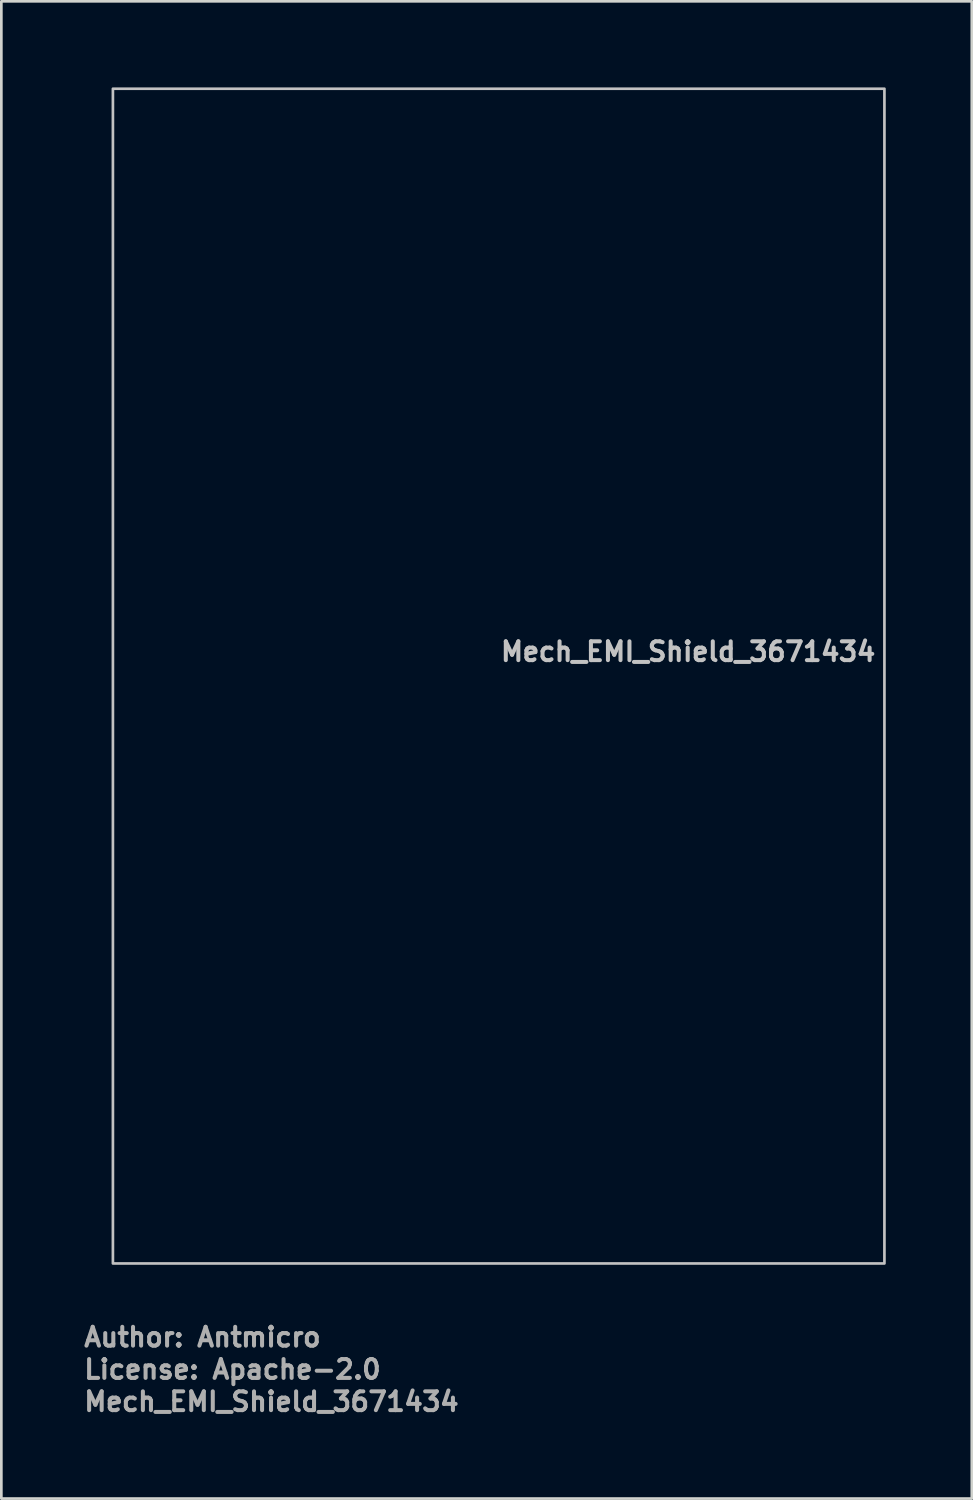
<source format=kicad_pcb>
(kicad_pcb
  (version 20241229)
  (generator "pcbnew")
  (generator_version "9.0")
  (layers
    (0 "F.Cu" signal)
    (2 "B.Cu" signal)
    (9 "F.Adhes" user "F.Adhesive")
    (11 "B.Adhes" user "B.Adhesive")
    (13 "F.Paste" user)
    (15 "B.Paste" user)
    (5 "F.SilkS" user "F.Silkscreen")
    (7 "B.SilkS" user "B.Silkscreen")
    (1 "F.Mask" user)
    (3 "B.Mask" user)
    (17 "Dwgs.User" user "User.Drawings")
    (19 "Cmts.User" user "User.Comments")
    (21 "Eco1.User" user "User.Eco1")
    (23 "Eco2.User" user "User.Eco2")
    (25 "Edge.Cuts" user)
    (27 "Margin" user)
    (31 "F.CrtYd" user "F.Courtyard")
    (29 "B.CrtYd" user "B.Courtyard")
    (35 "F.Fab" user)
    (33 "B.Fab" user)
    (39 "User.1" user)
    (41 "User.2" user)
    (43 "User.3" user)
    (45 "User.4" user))
  (footprint "Mech_EMI_Shield_3671434"
    (layer "F.Cu")
    (at 15.5 22.1)
    (property "Reference" "Mech_EMI_Shield_3671434" (at 0 -0.5 0) (unlocked yes) (layer "Dwgs.User") (effects (font (size 0.7 0.7) (thickness 0.15)) (justify left bottom)))
    (fp_rect (start -14.35 -21.85) (end 14.35 21.85) (stroke (width 0.1) (type solid)) (fill no) (layer "Dwgs.User"))
    (fp_line (start -14.35 -20.2) (end -14.35 20.2) (stroke (width 0.5) (type solid)) (layer "User.5"))
    (fp_line (start -12.7 -21.85) (end 12.7 -21.85) (stroke (width 0.5) (type solid)) (layer "User.5"))
    (fp_line (start 12.7 21.85) (end -12.7 21.85) (stroke (width 0.5) (type solid)) (layer "User.5"))
    (fp_line (start 14.35 -20.2) (end 14.35 20.2) (stroke (width 0.5) (type solid)) (layer "User.5"))
    (fp_arc (start -14.35 -20.2) (mid -13.867 -21.367) (end -12.7 -21.85) (stroke (width 0.5) (type solid)) (layer "User.5"))
    (fp_arc (start -12.7 21.85) (mid -13.867 21.367) (end -14.35 20.2) (stroke (width 0.5) (type solid)) (layer "User.5"))
    (fp_arc (start 12.7 -21.85) (mid 13.867 -21.367) (end 14.35 -20.2) (stroke (width 0.5) (type solid)) (layer "User.5"))
    (fp_arc (start 14.35 20.2) (mid 13.867 21.367) (end 12.7 21.85) (stroke (width 0.5) (type solid)) (layer "User.5"))
    (fp_line (start -14.5 -20.2) (end -14.496 -20.318) (stroke (width 0.02) (type solid)) (layer "User.9"))
    (fp_line (start -14.5 -20.2) (end -14.496 -20.318) (stroke (width 0.02) (type solid)) (layer "User.9"))
    (fp_line (start -14.5 -15.365) (end -14.5 -15.356) (stroke (width 0.02) (type solid)) (layer "User.9"))
    (fp_line (start -14.5 -15.356) (end -14.5 -15.365) (stroke (width 0.02) (type solid)) (layer "User.9"))
    (fp_line (start -14.5 -15.356) (end -14.5 -15.329) (stroke (width 0.02) (type solid)) (layer "User.9"))
    (fp_line (start -14.5 -15.329) (end -14.5 -15.356) (stroke (width 0.02) (type solid)) (layer "User.9"))
    (fp_line (start -14.5 -15.329) (end -14.5 -15.285) (stroke (width 0.02) (type solid)) (layer "User.9"))
    (fp_line (start -14.5 -15.285) (end -14.5 -15.329) (stroke (width 0.02) (type solid)) (layer "User.9"))
    (fp_line (start -14.5 -15.285) (end -14.5 -15.228) (stroke (width 0.02) (type solid)) (layer "User.9"))
    (fp_line (start -14.5 -15.228) (end -14.5 -15.285) (stroke (width 0.02) (type solid)) (layer "User.9"))
    (fp_line (start -14.5 -15.228) (end -14.5 -15.158) (stroke (width 0.02) (type solid)) (layer "User.9"))
    (fp_line (start -14.5 -15.158) (end -14.5 -15.228) (stroke (width 0.02) (type solid)) (layer "User.9"))
    (fp_line (start -14.5 -15.158) (end -14.5 -15.081) (stroke (width 0.02) (type solid)) (layer "User.9"))
    (fp_line (start -14.5 -15.081) (end -14.5 -15.158) (stroke (width 0.02) (type solid)) (layer "User.9"))
    (fp_line (start -14.5 -15.081) (end -14.5 -15) (stroke (width 0.02) (type solid)) (layer "User.9"))
    (fp_line (start -14.5 -15) (end -14.5 -15.081) (stroke (width 0.02) (type solid)) (layer "User.9"))
    (fp_line (start -14.5 -15) (end -14.5 -14.919) (stroke (width 0.02) (type solid)) (layer "User.9"))
    (fp_line (start -14.5 -14.919) (end -14.5 -15) (stroke (width 0.02) (type solid)) (layer "User.9"))
    (fp_line (start -14.5 -14.919) (end -14.5 -14.842) (stroke (width 0.02) (type solid)) (layer "User.9"))
    (fp_line (start -14.5 -14.842) (end -14.5 -14.919) (stroke (width 0.02) (type solid)) (layer "User.9"))
    (fp_line (start -14.5 -14.842) (end -14.5 -14.772) (stroke (width 0.02) (type solid)) (layer "User.9"))
    (fp_line (start -14.5 -14.772) (end -14.5 -14.842) (stroke (width 0.02) (type solid)) (layer "User.9"))
    (fp_line (start -14.5 -14.772) (end -14.5 -14.715) (stroke (width 0.02) (type solid)) (layer "User.9"))
    (fp_line (start -14.5 -14.715) (end -14.5 -14.772) (stroke (width 0.02) (type solid)) (layer "User.9"))
    (fp_line (start -14.5 -14.715) (end -14.5 -14.671) (stroke (width 0.02) (type solid)) (layer "User.9"))
    (fp_line (start -14.5 -14.671) (end -14.5 -14.715) (stroke (width 0.02) (type solid)) (layer "User.9"))
    (fp_line (start -14.5 -14.671) (end -14.5 -14.644) (stroke (width 0.02) (type solid)) (layer "User.9"))
    (fp_line (start -14.5 -14.644) (end -14.5 -14.671) (stroke (width 0.02) (type solid)) (layer "User.9"))
    (fp_line (start -14.5 -14.644) (end -14.5 -14.635) (stroke (width 0.02) (type solid)) (layer "User.9"))
    (fp_line (start -14.5 -14.635) (end -14.5 -14.644) (stroke (width 0.02) (type solid)) (layer "User.9"))
    (fp_line (start -14.5 20.2) (end -14.5 -20.2) (stroke (width 0.02) (type solid)) (layer "User.9"))
    (fp_line (start -14.5 20.2) (end -14.496 20.318) (stroke (width 0.02) (type solid)) (layer "User.9"))
    (fp_line (start -14.5 20.2) (end -14.496 20.318) (stroke (width 0.02) (type solid)) (layer "User.9"))
    (fp_line (start -14.496 -20.318) (end -14.485 -20.435) (stroke (width 0.02) (type solid)) (layer "User.9"))
    (fp_line (start -14.496 -20.318) (end -14.485 -20.435) (stroke (width 0.02) (type solid)) (layer "User.9"))
    (fp_line (start -14.496 20.318) (end -14.485 20.435) (stroke (width 0.02) (type solid)) (layer "User.9"))
    (fp_line (start -14.496 20.318) (end -14.485 20.435) (stroke (width 0.02) (type solid)) (layer "User.9"))
    (fp_line (start -14.495 -20.2) (end -14.5 -20.2) (stroke (width 0.02) (type solid)) (layer "User.9"))
    (fp_line (start -14.495 20.2) (end -14.5 20.2) (stroke (width 0.02) (type solid)) (layer "User.9"))
    (fp_line (start -14.485 -20.435) (end -14.465 -20.551) (stroke (width 0.02) (type solid)) (layer "User.9"))
    (fp_line (start -14.485 -20.435) (end -14.465 -20.551) (stroke (width 0.02) (type solid)) (layer "User.9"))
    (fp_line (start -14.485 20.435) (end -14.465 20.551) (stroke (width 0.02) (type solid)) (layer "User.9"))
    (fp_line (start -14.485 20.435) (end -14.465 20.551) (stroke (width 0.02) (type solid)) (layer "User.9"))
    (fp_line (start -14.48 -20.2) (end -14.495 -20.2) (stroke (width 0.02) (type solid)) (layer "User.9"))
    (fp_line (start -14.48 20.2) (end -14.495 20.2) (stroke (width 0.02) (type solid)) (layer "User.9"))
    (fp_line (start -14.465 -20.551) (end -14.439 -20.666) (stroke (width 0.02) (type solid)) (layer "User.9"))
    (fp_line (start -14.465 -20.551) (end -14.439 -20.666) (stroke (width 0.02) (type solid)) (layer "User.9"))
    (fp_line (start -14.465 20.551) (end -14.439 20.666) (stroke (width 0.02) (type solid)) (layer "User.9"))
    (fp_line (start -14.465 20.551) (end -14.439 20.666) (stroke (width 0.02) (type solid)) (layer "User.9"))
    (fp_line (start -14.455 -20.2) (end -14.48 -20.2) (stroke (width 0.02) (type solid)) (layer "User.9"))
    (fp_line (start -14.455 20.2) (end -14.48 20.2) (stroke (width 0.02) (type solid)) (layer "User.9"))
    (fp_line (start -14.439 -20.666) (end -14.404 -20.779) (stroke (width 0.02) (type solid)) (layer "User.9"))
    (fp_line (start -14.439 -20.666) (end -14.404 -20.779) (stroke (width 0.02) (type solid)) (layer "User.9"))
    (fp_line (start -14.439 20.666) (end -14.404 20.779) (stroke (width 0.02) (type solid)) (layer "User.9"))
    (fp_line (start -14.439 20.666) (end -14.404 20.779) (stroke (width 0.02) (type solid)) (layer "User.9"))
    (fp_line (start -14.421 -20.2) (end -14.455 -20.2) (stroke (width 0.02) (type solid)) (layer "User.9"))
    (fp_line (start -14.421 20.2) (end -14.455 20.2) (stroke (width 0.02) (type solid)) (layer "User.9"))
    (fp_line (start -14.404 -20.779) (end -14.363 -20.889) (stroke (width 0.02) (type solid)) (layer "User.9"))
    (fp_line (start -14.404 -20.779) (end -14.363 -20.889) (stroke (width 0.02) (type solid)) (layer "User.9"))
    (fp_line (start -14.404 20.779) (end -14.363 20.889) (stroke (width 0.02) (type solid)) (layer "User.9"))
    (fp_line (start -14.404 20.779) (end -14.363 20.889) (stroke (width 0.02) (type solid)) (layer "User.9"))
    (fp_line (start -14.377 -20.2) (end -14.421 -20.2) (stroke (width 0.02) (type solid)) (layer "User.9"))
    (fp_line (start -14.377 20.2) (end -14.421 20.2) (stroke (width 0.02) (type solid)) (layer "User.9"))
    (fp_line (start -14.363 -20.889) (end -14.314 -20.996) (stroke (width 0.02) (type solid)) (layer "User.9"))
    (fp_line (start -14.363 -20.889) (end -14.314 -20.996) (stroke (width 0.02) (type solid)) (layer "User.9"))
    (fp_line (start -14.363 20.889) (end -14.314 20.996) (stroke (width 0.02) (type solid)) (layer "User.9"))
    (fp_line (start -14.363 20.889) (end -14.314 20.996) (stroke (width 0.02) (type solid)) (layer "User.9"))
    (fp_line (start -14.325 -20.2) (end -14.377 -20.2) (stroke (width 0.02) (type solid)) (layer "User.9"))
    (fp_line (start -14.325 20.2) (end -14.377 20.2) (stroke (width 0.02) (type solid)) (layer "User.9"))
    (fp_line (start -14.314 -20.996) (end -14.259 -21.1) (stroke (width 0.02) (type solid)) (layer "User.9"))
    (fp_line (start -14.314 -20.996) (end -14.259 -21.1) (stroke (width 0.02) (type solid)) (layer "User.9"))
    (fp_line (start -14.314 20.996) (end -14.259 21.1) (stroke (width 0.02) (type solid)) (layer "User.9"))
    (fp_line (start -14.314 20.996) (end -14.259 21.1) (stroke (width 0.02) (type solid)) (layer "User.9"))
    (fp_line (start -14.266 -20.2) (end -14.325 -20.2) (stroke (width 0.02) (type solid)) (layer "User.9"))
    (fp_line (start -14.266 20.2) (end -14.325 20.2) (stroke (width 0.02) (type solid)) (layer "User.9"))
    (fp_line (start -14.259 -21.1) (end -14.197 -21.2) (stroke (width 0.02) (type solid)) (layer "User.9"))
    (fp_line (start -14.259 -21.1) (end -14.197 -21.2) (stroke (width 0.02) (type solid)) (layer "User.9"))
    (fp_line (start -14.259 21.1) (end -14.197 21.2) (stroke (width 0.02) (type solid)) (layer "User.9"))
    (fp_line (start -14.259 21.1) (end -14.197 21.2) (stroke (width 0.02) (type solid)) (layer "User.9"))
    (fp_line (start -14.199 -20.2) (end -14.266 -20.2) (stroke (width 0.02) (type solid)) (layer "User.9"))
    (fp_line (start -14.199 20.2) (end -14.266 20.2) (stroke (width 0.02) (type solid)) (layer "User.9"))
    (fp_line (start -14.197 -21.2) (end -14.128 -21.296) (stroke (width 0.02) (type solid)) (layer "User.9"))
    (fp_line (start -14.197 -21.2) (end -14.128 -21.296) (stroke (width 0.02) (type solid)) (layer "User.9"))
    (fp_line (start -14.197 21.2) (end -14.128 21.296) (stroke (width 0.02) (type solid)) (layer "User.9"))
    (fp_line (start -14.197 21.2) (end -14.128 21.296) (stroke (width 0.02) (type solid)) (layer "User.9"))
    (fp_line (start -14.128 -21.296) (end -14.053 -21.387) (stroke (width 0.02) (type solid)) (layer "User.9"))
    (fp_line (start -14.128 -21.296) (end -14.053 -21.387) (stroke (width 0.02) (type solid)) (layer "User.9"))
    (fp_line (start -14.128 21.296) (end -14.053 21.387) (stroke (width 0.02) (type solid)) (layer "User.9"))
    (fp_line (start -14.128 21.296) (end -14.053 21.387) (stroke (width 0.02) (type solid)) (layer "User.9"))
    (fp_line (start -14.126 -20.2) (end -14.199 -20.2) (stroke (width 0.02) (type solid)) (layer "User.9"))
    (fp_line (start -14.126 20.2) (end -14.199 20.2) (stroke (width 0.02) (type solid)) (layer "User.9"))
    (fp_line (start -14.053 -21.387) (end -13.973 -21.473) (stroke (width 0.02) (type solid)) (layer "User.9"))
    (fp_line (start -14.053 -21.387) (end -13.973 -21.473) (stroke (width 0.02) (type solid)) (layer "User.9"))
    (fp_line (start -14.053 21.387) (end -13.973 21.473) (stroke (width 0.02) (type solid)) (layer "User.9"))
    (fp_line (start -14.053 21.387) (end -13.973 21.473) (stroke (width 0.02) (type solid)) (layer "User.9"))
    (fp_line (start -14.047 -20.2) (end -14.126 -20.2) (stroke (width 0.02) (type solid)) (layer "User.9"))
    (fp_line (start -14.047 20.2) (end -14.126 20.2) (stroke (width 0.02) (type solid)) (layer "User.9"))
    (fp_line (start -13.973 -21.473) (end -13.887 -21.553) (stroke (width 0.02) (type solid)) (layer "User.9"))
    (fp_line (start -13.973 -21.473) (end -13.887 -21.553) (stroke (width 0.02) (type solid)) (layer "User.9"))
    (fp_line (start -13.973 21.473) (end -13.887 21.553) (stroke (width 0.02) (type solid)) (layer "User.9"))
    (fp_line (start -13.973 21.473) (end -13.887 21.553) (stroke (width 0.02) (type solid)) (layer "User.9"))
    (fp_line (start -13.964 -20.2) (end -14.047 -20.2) (stroke (width 0.02) (type solid)) (layer "User.9"))
    (fp_line (start -13.964 20.2) (end -14.047 20.2) (stroke (width 0.02) (type solid)) (layer "User.9"))
    (fp_line (start -13.887 -21.553) (end -13.796 -21.628) (stroke (width 0.02) (type solid)) (layer "User.9"))
    (fp_line (start -13.887 -21.553) (end -13.796 -21.628) (stroke (width 0.02) (type solid)) (layer "User.9"))
    (fp_line (start -13.887 21.553) (end -13.796 21.628) (stroke (width 0.02) (type solid)) (layer "User.9"))
    (fp_line (start -13.887 21.553) (end -13.796 21.628) (stroke (width 0.02) (type solid)) (layer "User.9"))
    (fp_line (start -13.878 -20.2) (end -13.964 -20.2) (stroke (width 0.02) (type solid)) (layer "User.9"))
    (fp_line (start -13.878 20.2) (end -13.964 20.2) (stroke (width 0.02) (type solid)) (layer "User.9"))
    (fp_line (start -13.796 -21.628) (end -13.7 -21.697) (stroke (width 0.02) (type solid)) (layer "User.9"))
    (fp_line (start -13.796 -21.628) (end -13.7 -21.697) (stroke (width 0.02) (type solid)) (layer "User.9"))
    (fp_line (start -13.796 21.628) (end -13.7 21.697) (stroke (width 0.02) (type solid)) (layer "User.9"))
    (fp_line (start -13.796 21.628) (end -13.7 21.697) (stroke (width 0.02) (type solid)) (layer "User.9"))
    (fp_line (start -13.79 -20.2) (end -13.878 -20.2) (stroke (width 0.02) (type solid)) (layer "User.9"))
    (fp_line (start -13.79 20.2) (end -13.878 20.2) (stroke (width 0.02) (type solid)) (layer "User.9"))
    (fp_line (start -13.7 -21.697) (end -13.6 -21.759) (stroke (width 0.02) (type solid)) (layer "User.9"))
    (fp_line (start -13.7 -21.697) (end -13.6 -21.759) (stroke (width 0.02) (type solid)) (layer "User.9"))
    (fp_line (start -13.7 -20.2) (end -13.79 -20.2) (stroke (width 0.02) (type solid)) (layer "User.9"))
    (fp_line (start -13.7 -20.2) (end -13.696 -20.287) (stroke (width 0.02) (type solid)) (layer "User.9"))
    (fp_line (start -13.7 20.2) (end -13.79 20.2) (stroke (width 0.02) (type solid)) (layer "User.9"))
    (fp_line (start -13.7 20.2) (end -13.7 -20.2) (stroke (width 0.02) (type solid)) (layer "User.9"))
    (fp_line (start -13.7 20.2) (end -13.696 20.287) (stroke (width 0.02) (type solid)) (layer "User.9"))
    (fp_line (start -13.7 21.697) (end -13.6 21.759) (stroke (width 0.02) (type solid)) (layer "User.9"))
    (fp_line (start -13.7 21.697) (end -13.6 21.759) (stroke (width 0.02) (type solid)) (layer "User.9"))
    (fp_line (start -13.696 -20.287) (end -13.685 -20.374) (stroke (width 0.02) (type solid)) (layer "User.9"))
    (fp_line (start -13.696 20.287) (end -13.685 20.374) (stroke (width 0.02) (type solid)) (layer "User.9"))
    (fp_line (start -13.685 -20.374) (end -13.666 -20.459) (stroke (width 0.02) (type solid)) (layer "User.9"))
    (fp_line (start -13.685 20.374) (end -13.666 20.459) (stroke (width 0.02) (type solid)) (layer "User.9"))
    (fp_line (start -13.666 -20.459) (end -13.64 -20.542) (stroke (width 0.02) (type solid)) (layer "User.9"))
    (fp_line (start -13.666 20.459) (end -13.64 20.542) (stroke (width 0.02) (type solid)) (layer "User.9"))
    (fp_line (start -13.64 -20.542) (end -13.606 -20.623) (stroke (width 0.02) (type solid)) (layer "User.9"))
    (fp_line (start -13.64 20.542) (end -13.606 20.623) (stroke (width 0.02) (type solid)) (layer "User.9"))
    (fp_line (start -13.606 -20.623) (end -13.566 -20.7) (stroke (width 0.02) (type solid)) (layer "User.9"))
    (fp_line (start -13.606 20.623) (end -13.566 20.7) (stroke (width 0.02) (type solid)) (layer "User.9"))
    (fp_line (start -13.6 -21.759) (end -13.496 -21.814) (stroke (width 0.02) (type solid)) (layer "User.9"))
    (fp_line (start -13.6 -21.759) (end -13.496 -21.814) (stroke (width 0.02) (type solid)) (layer "User.9"))
    (fp_line (start -13.6 21.759) (end -13.496 21.814) (stroke (width 0.02) (type solid)) (layer "User.9"))
    (fp_line (start -13.6 21.759) (end -13.496 21.814) (stroke (width 0.02) (type solid)) (layer "User.9"))
    (fp_line (start -13.566 -20.7) (end -13.519 -20.774) (stroke (width 0.02) (type solid)) (layer "User.9"))
    (fp_line (start -13.566 20.7) (end -13.519 20.774) (stroke (width 0.02) (type solid)) (layer "User.9"))
    (fp_line (start -13.519 -20.774) (end -13.466 -20.843) (stroke (width 0.02) (type solid)) (layer "User.9"))
    (fp_line (start -13.519 20.774) (end -13.466 20.843) (stroke (width 0.02) (type solid)) (layer "User.9"))
    (fp_line (start -13.496 -21.814) (end -13.389 -21.863) (stroke (width 0.02) (type solid)) (layer "User.9"))
    (fp_line (start -13.496 -21.814) (end -13.389 -21.863) (stroke (width 0.02) (type solid)) (layer "User.9"))
    (fp_line (start -13.496 21.814) (end -13.389 21.863) (stroke (width 0.02) (type solid)) (layer "User.9"))
    (fp_line (start -13.496 21.814) (end -13.389 21.863) (stroke (width 0.02) (type solid)) (layer "User.9"))
    (fp_line (start -13.466 -20.843) (end -13.407 -20.907) (stroke (width 0.02) (type solid)) (layer "User.9"))
    (fp_line (start -13.466 20.843) (end -13.407 20.907) (stroke (width 0.02) (type solid)) (layer "User.9"))
    (fp_line (start -13.407 -20.907) (end -13.343 -20.966) (stroke (width 0.02) (type solid)) (layer "User.9"))
    (fp_line (start -13.407 20.907) (end -13.343 20.966) (stroke (width 0.02) (type solid)) (layer "User.9"))
    (fp_line (start -13.389 -21.863) (end -13.279 -21.904) (stroke (width 0.02) (type solid)) (layer "User.9"))
    (fp_line (start -13.389 -21.863) (end -13.279 -21.904) (stroke (width 0.02) (type solid)) (layer "User.9"))
    (fp_line (start -13.389 21.863) (end -13.279 21.904) (stroke (width 0.02) (type solid)) (layer "User.9"))
    (fp_line (start -13.389 21.863) (end -13.279 21.904) (stroke (width 0.02) (type solid)) (layer "User.9"))
    (fp_line (start -13.343 -20.966) (end -13.274 -21.019) (stroke (width 0.02) (type solid)) (layer "User.9"))
    (fp_line (start -13.343 20.966) (end -13.274 21.019) (stroke (width 0.02) (type solid)) (layer "User.9"))
    (fp_line (start -13.279 -21.904) (end -13.166 -21.939) (stroke (width 0.02) (type solid)) (layer "User.9"))
    (fp_line (start -13.279 -21.904) (end -13.166 -21.939) (stroke (width 0.02) (type solid)) (layer "User.9"))
    (fp_line (start -13.279 21.904) (end -13.166 21.939) (stroke (width 0.02) (type solid)) (layer "User.9"))
    (fp_line (start -13.279 21.904) (end -13.166 21.939) (stroke (width 0.02) (type solid)) (layer "User.9"))
    (fp_line (start -13.274 -21.019) (end -13.2 -21.066) (stroke (width 0.02) (type solid)) (layer "User.9"))
    (fp_line (start -13.274 21.019) (end -13.2 21.066) (stroke (width 0.02) (type solid)) (layer "User.9"))
    (fp_line (start -13.2 -21.066) (end -13.123 -21.106) (stroke (width 0.02) (type solid)) (layer "User.9"))
    (fp_line (start -13.2 21.066) (end -13.123 21.106) (stroke (width 0.02) (type solid)) (layer "User.9"))
    (fp_line (start -13.166 -21.939) (end -13.051 -21.965) (stroke (width 0.02) (type solid)) (layer "User.9"))
    (fp_line (start -13.166 -21.939) (end -13.051 -21.965) (stroke (width 0.02) (type solid)) (layer "User.9"))
    (fp_line (start -13.166 21.939) (end -13.051 21.965) (stroke (width 0.02) (type solid)) (layer "User.9"))
    (fp_line (start -13.166 21.939) (end -13.051 21.965) (stroke (width 0.02) (type solid)) (layer "User.9"))
    (fp_line (start -13.123 -21.106) (end -13.042 -21.14) (stroke (width 0.02) (type solid)) (layer "User.9"))
    (fp_line (start -13.123 21.106) (end -13.042 21.14) (stroke (width 0.02) (type solid)) (layer "User.9"))
    (fp_line (start -13.051 -21.965) (end -12.935 -21.985) (stroke (width 0.02) (type solid)) (layer "User.9"))
    (fp_line (start -13.051 -21.965) (end -12.935 -21.985) (stroke (width 0.02) (type solid)) (layer "User.9"))
    (fp_line (start -13.051 21.965) (end -12.935 21.985) (stroke (width 0.02) (type solid)) (layer "User.9"))
    (fp_line (start -13.051 21.965) (end -12.935 21.985) (stroke (width 0.02) (type solid)) (layer "User.9"))
    (fp_line (start -13.042 -21.14) (end -12.959 -21.166) (stroke (width 0.02) (type solid)) (layer "User.9"))
    (fp_line (start -13.042 21.14) (end -12.959 21.166) (stroke (width 0.02) (type solid)) (layer "User.9"))
    (fp_line (start -12.959 -21.166) (end -12.874 -21.185) (stroke (width 0.02) (type solid)) (layer "User.9"))
    (fp_line (start -12.959 21.166) (end -12.874 21.185) (stroke (width 0.02) (type solid)) (layer "User.9"))
    (fp_line (start -12.935 -21.985) (end -12.818 -21.996) (stroke (width 0.02) (type solid)) (layer "User.9"))
    (fp_line (start -12.935 -21.985) (end -12.818 -21.996) (stroke (width 0.02) (type solid)) (layer "User.9"))
    (fp_line (start -12.935 21.985) (end -12.818 21.996) (stroke (width 0.02) (type solid)) (layer "User.9"))
    (fp_line (start -12.935 21.985) (end -12.818 21.996) (stroke (width 0.02) (type solid)) (layer "User.9"))
    (fp_line (start -12.874 -21.185) (end -12.787 -21.196) (stroke (width 0.02) (type solid)) (layer "User.9"))
    (fp_line (start -12.874 21.185) (end -12.787 21.196) (stroke (width 0.02) (type solid)) (layer "User.9"))
    (fp_line (start -12.818 -21.996) (end -12.7 -22) (stroke (width 0.02) (type solid)) (layer "User.9"))
    (fp_line (start -12.818 -21.996) (end -12.7 -22) (stroke (width 0.02) (type solid)) (layer "User.9"))
    (fp_line (start -12.818 21.996) (end -12.7 22) (stroke (width 0.02) (type solid)) (layer "User.9"))
    (fp_line (start -12.818 21.996) (end -12.7 22) (stroke (width 0.02) (type solid)) (layer "User.9"))
    (fp_line (start -12.787 -21.196) (end -12.7 -21.2) (stroke (width 0.02) (type solid)) (layer "User.9"))
    (fp_line (start -12.787 21.196) (end -12.7 21.2) (stroke (width 0.02) (type solid)) (layer "User.9"))
    (fp_line (start -12.7 -21.995) (end -12.7 -22) (stroke (width 0.02) (type solid)) (layer "User.9"))
    (fp_line (start -12.7 -21.98) (end -12.7 -21.995) (stroke (width 0.02) (type solid)) (layer "User.9"))
    (fp_line (start -12.7 -21.955) (end -12.7 -21.98) (stroke (width 0.02) (type solid)) (layer "User.9"))
    (fp_line (start -12.7 -21.921) (end -12.7 -21.955) (stroke (width 0.02) (type solid)) (layer "User.9"))
    (fp_line (start -12.7 -21.877) (end -12.7 -21.921) (stroke (width 0.02) (type solid)) (layer "User.9"))
    (fp_line (start -12.7 -21.825) (end -12.7 -21.877) (stroke (width 0.02) (type solid)) (layer "User.9"))
    (fp_line (start -12.7 -21.766) (end -12.7 -21.825) (stroke (width 0.02) (type solid)) (layer "User.9"))
    (fp_line (start -12.7 -21.699) (end -12.7 -21.766) (stroke (width 0.02) (type solid)) (layer "User.9"))
    (fp_line (start -12.7 -21.626) (end -12.7 -21.699) (stroke (width 0.02) (type solid)) (layer "User.9"))
    (fp_line (start -12.7 -21.547) (end -12.7 -21.626) (stroke (width 0.02) (type solid)) (layer "User.9"))
    (fp_line (start -12.7 -21.464) (end -12.7 -21.547) (stroke (width 0.02) (type solid)) (layer "User.9"))
    (fp_line (start -12.7 -21.378) (end -12.7 -21.464) (stroke (width 0.02) (type solid)) (layer "User.9"))
    (fp_line (start -12.7 -21.29) (end -12.7 -21.378) (stroke (width 0.02) (type solid)) (layer "User.9"))
    (fp_line (start -12.7 -21.2) (end -12.7 -21.29) (stroke (width 0.02) (type solid)) (layer "User.9"))
    (fp_line (start -12.7 21.2) (end -12.7 21.29) (stroke (width 0.02) (type solid)) (layer "User.9"))
    (fp_line (start -12.7 21.29) (end -12.7 21.378) (stroke (width 0.02) (type solid)) (layer "User.9"))
    (fp_line (start -12.7 21.378) (end -12.7 21.464) (stroke (width 0.02) (type solid)) (layer "User.9"))
    (fp_line (start -12.7 21.464) (end -12.7 21.547) (stroke (width 0.02) (type solid)) (layer "User.9"))
    (fp_line (start -12.7 21.547) (end -12.7 21.626) (stroke (width 0.02) (type solid)) (layer "User.9"))
    (fp_line (start -12.7 21.626) (end -12.7 21.699) (stroke (width 0.02) (type solid)) (layer "User.9"))
    (fp_line (start -12.7 21.699) (end -12.7 21.766) (stroke (width 0.02) (type solid)) (layer "User.9"))
    (fp_line (start -12.7 21.766) (end -12.7 21.825) (stroke (width 0.02) (type solid)) (layer "User.9"))
    (fp_line (start -12.7 21.825) (end -12.7 21.877) (stroke (width 0.02) (type solid)) (layer "User.9"))
    (fp_line (start -12.7 21.877) (end -12.7 21.921) (stroke (width 0.02) (type solid)) (layer "User.9"))
    (fp_line (start -12.7 21.921) (end -12.7 21.955) (stroke (width 0.02) (type solid)) (layer "User.9"))
    (fp_line (start -12.7 21.955) (end -12.7 21.98) (stroke (width 0.02) (type solid)) (layer "User.9"))
    (fp_line (start -12.7 21.98) (end -12.7 21.995) (stroke (width 0.02) (type solid)) (layer "User.9"))
    (fp_line (start -12.7 21.995) (end -12.7 22) (stroke (width 0.02) (type solid)) (layer "User.9"))
    (fp_line (start 12.7 -22) (end -12.7 -22) (stroke (width 0.02) (type solid)) (layer "User.9"))
    (fp_line (start 12.7 -21.995) (end 12.7 -22) (stroke (width 0.02) (type solid)) (layer "User.9"))
    (fp_line (start 12.7 -21.98) (end 12.7 -21.995) (stroke (width 0.02) (type solid)) (layer "User.9"))
    (fp_line (start 12.7 -21.955) (end 12.7 -21.98) (stroke (width 0.02) (type solid)) (layer "User.9"))
    (fp_line (start 12.7 -21.921) (end 12.7 -21.955) (stroke (width 0.02) (type solid)) (layer "User.9"))
    (fp_line (start 12.7 -21.877) (end 12.7 -21.921) (stroke (width 0.02) (type solid)) (layer "User.9"))
    (fp_line (start 12.7 -21.825) (end 12.7 -21.877) (stroke (width 0.02) (type solid)) (layer "User.9"))
    (fp_line (start 12.7 -21.766) (end 12.7 -21.825) (stroke (width 0.02) (type solid)) (layer "User.9"))
    (fp_line (start 12.7 -21.699) (end 12.7 -21.766) (stroke (width 0.02) (type solid)) (layer "User.9"))
    (fp_line (start 12.7 -21.626) (end 12.7 -21.699) (stroke (width 0.02) (type solid)) (layer "User.9"))
    (fp_line (start 12.7 -21.547) (end 12.7 -21.626) (stroke (width 0.02) (type solid)) (layer "User.9"))
    (fp_line (start 12.7 -21.464) (end 12.7 -21.547) (stroke (width 0.02) (type solid)) (layer "User.9"))
    (fp_line (start 12.7 -21.378) (end 12.7 -21.464) (stroke (width 0.02) (type solid)) (layer "User.9"))
    (fp_line (start 12.7 -21.29) (end 12.7 -21.378) (stroke (width 0.02) (type solid)) (layer "User.9"))
    (fp_line (start 12.7 -21.2) (end -12.7 -21.2) (stroke (width 0.02) (type solid)) (layer "User.9"))
    (fp_line (start 12.7 -21.2) (end 12.7 -21.29) (stroke (width 0.02) (type solid)) (layer "User.9"))
    (fp_line (start 12.7 21.2) (end -12.7 21.2) (stroke (width 0.02) (type solid)) (layer "User.9"))
    (fp_line (start 12.7 21.2) (end 12.7 21.29) (stroke (width 0.02) (type solid)) (layer "User.9"))
    (fp_line (start 12.7 21.29) (end 12.7 21.378) (stroke (width 0.02) (type solid)) (layer "User.9"))
    (fp_line (start 12.7 21.378) (end 12.7 21.464) (stroke (width 0.02) (type solid)) (layer "User.9"))
    (fp_line (start 12.7 21.464) (end 12.7 21.547) (stroke (width 0.02) (type solid)) (layer "User.9"))
    (fp_line (start 12.7 21.547) (end 12.7 21.626) (stroke (width 0.02) (type solid)) (layer "User.9"))
    (fp_line (start 12.7 21.626) (end 12.7 21.699) (stroke (width 0.02) (type solid)) (layer "User.9"))
    (fp_line (start 12.7 21.699) (end 12.7 21.766) (stroke (width 0.02) (type solid)) (layer "User.9"))
    (fp_line (start 12.7 21.766) (end 12.7 21.825) (stroke (width 0.02) (type solid)) (layer "User.9"))
    (fp_line (start 12.7 21.825) (end 12.7 21.877) (stroke (width 0.02) (type solid)) (layer "User.9"))
    (fp_line (start 12.7 21.877) (end 12.7 21.921) (stroke (width 0.02) (type solid)) (layer "User.9"))
    (fp_line (start 12.7 21.921) (end 12.7 21.955) (stroke (width 0.02) (type solid)) (layer "User.9"))
    (fp_line (start 12.7 21.955) (end 12.7 21.98) (stroke (width 0.02) (type solid)) (layer "User.9"))
    (fp_line (start 12.7 21.98) (end 12.7 21.995) (stroke (width 0.02) (type solid)) (layer "User.9"))
    (fp_line (start 12.7 21.995) (end 12.7 22) (stroke (width 0.02) (type solid)) (layer "User.9"))
    (fp_line (start 12.7 22) (end -12.7 22) (stroke (width 0.02) (type solid)) (layer "User.9"))
    (fp_line (start 12.787 -21.196) (end 12.7 -21.2) (stroke (width 0.02) (type solid)) (layer "User.9"))
    (fp_line (start 12.787 21.196) (end 12.7 21.2) (stroke (width 0.02) (type solid)) (layer "User.9"))
    (fp_line (start 12.818 -21.996) (end 12.7 -22) (stroke (width 0.02) (type solid)) (layer "User.9"))
    (fp_line (start 12.818 -21.996) (end 12.7 -22) (stroke (width 0.02) (type solid)) (layer "User.9"))
    (fp_line (start 12.818 21.996) (end 12.7 22) (stroke (width 0.02) (type solid)) (layer "User.9"))
    (fp_line (start 12.818 21.996) (end 12.7 22) (stroke (width 0.02) (type solid)) (layer "User.9"))
    (fp_line (start 12.874 -21.185) (end 12.787 -21.196) (stroke (width 0.02) (type solid)) (layer "User.9"))
    (fp_line (start 12.874 21.185) (end 12.787 21.196) (stroke (width 0.02) (type solid)) (layer "User.9"))
    (fp_line (start 12.935 -21.985) (end 12.818 -21.996) (stroke (width 0.02) (type solid)) (layer "User.9"))
    (fp_line (start 12.935 -21.985) (end 12.818 -21.996) (stroke (width 0.02) (type solid)) (layer "User.9"))
    (fp_line (start 12.935 21.985) (end 12.818 21.996) (stroke (width 0.02) (type solid)) (layer "User.9"))
    (fp_line (start 12.935 21.985) (end 12.818 21.996) (stroke (width 0.02) (type solid)) (layer "User.9"))
    (fp_line (start 12.959 -21.166) (end 12.874 -21.185) (stroke (width 0.02) (type solid)) (layer "User.9"))
    (fp_line (start 12.959 21.166) (end 12.874 21.185) (stroke (width 0.02) (type solid)) (layer "User.9"))
    (fp_line (start 13.042 -21.14) (end 12.959 -21.166) (stroke (width 0.02) (type solid)) (layer "User.9"))
    (fp_line (start 13.042 21.14) (end 12.959 21.166) (stroke (width 0.02) (type solid)) (layer "User.9"))
    (fp_line (start 13.051 -21.965) (end 12.935 -21.985) (stroke (width 0.02) (type solid)) (layer "User.9"))
    (fp_line (start 13.051 -21.965) (end 12.935 -21.985) (stroke (width 0.02) (type solid)) (layer "User.9"))
    (fp_line (start 13.051 21.965) (end 12.935 21.985) (stroke (width 0.02) (type solid)) (layer "User.9"))
    (fp_line (start 13.051 21.965) (end 12.935 21.985) (stroke (width 0.02) (type solid)) (layer "User.9"))
    (fp_line (start 13.123 -21.106) (end 13.042 -21.14) (stroke (width 0.02) (type solid)) (layer "User.9"))
    (fp_line (start 13.123 21.106) (end 13.042 21.14) (stroke (width 0.02) (type solid)) (layer "User.9"))
    (fp_line (start 13.166 -21.939) (end 13.051 -21.965) (stroke (width 0.02) (type solid)) (layer "User.9"))
    (fp_line (start 13.166 -21.939) (end 13.051 -21.965) (stroke (width 0.02) (type solid)) (layer "User.9"))
    (fp_line (start 13.166 21.939) (end 13.051 21.965) (stroke (width 0.02) (type solid)) (layer "User.9"))
    (fp_line (start 13.166 21.939) (end 13.051 21.965) (stroke (width 0.02) (type solid)) (layer "User.9"))
    (fp_line (start 13.2 -21.066) (end 13.123 -21.106) (stroke (width 0.02) (type solid)) (layer "User.9"))
    (fp_line (start 13.2 21.066) (end 13.123 21.106) (stroke (width 0.02) (type solid)) (layer "User.9"))
    (fp_line (start 13.274 -21.019) (end 13.2 -21.066) (stroke (width 0.02) (type solid)) (layer "User.9"))
    (fp_line (start 13.274 21.019) (end 13.2 21.066) (stroke (width 0.02) (type solid)) (layer "User.9"))
    (fp_line (start 13.279 -21.904) (end 13.166 -21.939) (stroke (width 0.02) (type solid)) (layer "User.9"))
    (fp_line (start 13.279 -21.904) (end 13.166 -21.939) (stroke (width 0.02) (type solid)) (layer "User.9"))
    (fp_line (start 13.279 21.904) (end 13.166 21.939) (stroke (width 0.02) (type solid)) (layer "User.9"))
    (fp_line (start 13.279 21.904) (end 13.166 21.939) (stroke (width 0.02) (type solid)) (layer "User.9"))
    (fp_line (start 13.343 -20.966) (end 13.274 -21.019) (stroke (width 0.02) (type solid)) (layer "User.9"))
    (fp_line (start 13.343 20.966) (end 13.274 21.019) (stroke (width 0.02) (type solid)) (layer "User.9"))
    (fp_line (start 13.389 -21.863) (end 13.279 -21.904) (stroke (width 0.02) (type solid)) (layer "User.9"))
    (fp_line (start 13.389 -21.863) (end 13.279 -21.904) (stroke (width 0.02) (type solid)) (layer "User.9"))
    (fp_line (start 13.389 21.863) (end 13.279 21.904) (stroke (width 0.02) (type solid)) (layer "User.9"))
    (fp_line (start 13.389 21.863) (end 13.279 21.904) (stroke (width 0.02) (type solid)) (layer "User.9"))
    (fp_line (start 13.407 -20.907) (end 13.343 -20.966) (stroke (width 0.02) (type solid)) (layer "User.9"))
    (fp_line (start 13.407 20.907) (end 13.343 20.966) (stroke (width 0.02) (type solid)) (layer "User.9"))
    (fp_line (start 13.466 -20.843) (end 13.407 -20.907) (stroke (width 0.02) (type solid)) (layer "User.9"))
    (fp_line (start 13.466 20.843) (end 13.407 20.907) (stroke (width 0.02) (type solid)) (layer "User.9"))
    (fp_line (start 13.496 -21.814) (end 13.389 -21.863) (stroke (width 0.02) (type solid)) (layer "User.9"))
    (fp_line (start 13.496 -21.814) (end 13.389 -21.863) (stroke (width 0.02) (type solid)) (layer "User.9"))
    (fp_line (start 13.496 21.814) (end 13.389 21.863) (stroke (width 0.02) (type solid)) (layer "User.9"))
    (fp_line (start 13.496 21.814) (end 13.389 21.863) (stroke (width 0.02) (type solid)) (layer "User.9"))
    (fp_line (start 13.519 -20.774) (end 13.466 -20.843) (stroke (width 0.02) (type solid)) (layer "User.9"))
    (fp_line (start 13.519 20.774) (end 13.466 20.843) (stroke (width 0.02) (type solid)) (layer "User.9"))
    (fp_line (start 13.566 -20.7) (end 13.519 -20.774) (stroke (width 0.02) (type solid)) (layer "User.9"))
    (fp_line (start 13.566 20.7) (end 13.519 20.774) (stroke (width 0.02) (type solid)) (layer "User.9"))
    (fp_line (start 13.6 -21.759) (end 13.496 -21.814) (stroke (width 0.02) (type solid)) (layer "User.9"))
    (fp_line (start 13.6 -21.759) (end 13.496 -21.814) (stroke (width 0.02) (type solid)) (layer "User.9"))
    (fp_line (start 13.6 21.759) (end 13.496 21.814) (stroke (width 0.02) (type solid)) (layer "User.9"))
    (fp_line (start 13.6 21.759) (end 13.496 21.814) (stroke (width 0.02) (type solid)) (layer "User.9"))
    (fp_line (start 13.606 -20.623) (end 13.566 -20.7) (stroke (width 0.02) (type solid)) (layer "User.9"))
    (fp_line (start 13.606 20.623) (end 13.566 20.7) (stroke (width 0.02) (type solid)) (layer "User.9"))
    (fp_line (start 13.64 -20.542) (end 13.606 -20.623) (stroke (width 0.02) (type solid)) (layer "User.9"))
    (fp_line (start 13.64 20.542) (end 13.606 20.623) (stroke (width 0.02) (type solid)) (layer "User.9"))
    (fp_line (start 13.666 -20.459) (end 13.64 -20.542) (stroke (width 0.02) (type solid)) (layer "User.9"))
    (fp_line (start 13.666 20.459) (end 13.64 20.542) (stroke (width 0.02) (type solid)) (layer "User.9"))
    (fp_line (start 13.685 -20.374) (end 13.666 -20.459) (stroke (width 0.02) (type solid)) (layer "User.9"))
    (fp_line (start 13.685 20.374) (end 13.666 20.459) (stroke (width 0.02) (type solid)) (layer "User.9"))
    (fp_line (start 13.696 -20.287) (end 13.685 -20.374) (stroke (width 0.02) (type solid)) (layer "User.9"))
    (fp_line (start 13.696 20.287) (end 13.685 20.374) (stroke (width 0.02) (type solid)) (layer "User.9"))
    (fp_line (start 13.7 -21.697) (end 13.6 -21.759) (stroke (width 0.02) (type solid)) (layer "User.9"))
    (fp_line (start 13.7 -21.697) (end 13.6 -21.759) (stroke (width 0.02) (type solid)) (layer "User.9"))
    (fp_line (start 13.7 -20.2) (end 13.696 -20.287) (stroke (width 0.02) (type solid)) (layer "User.9"))
    (fp_line (start 13.7 -20.2) (end 13.79 -20.2) (stroke (width 0.02) (type solid)) (layer "User.9"))
    (fp_line (start 13.7 20.2) (end 13.696 20.287) (stroke (width 0.02) (type solid)) (layer "User.9"))
    (fp_line (start 13.7 20.2) (end 13.7 -20.2) (stroke (width 0.02) (type solid)) (layer "User.9"))
    (fp_line (start 13.7 20.2) (end 13.79 20.2) (stroke (width 0.02) (type solid)) (layer "User.9"))
    (fp_line (start 13.7 21.697) (end 13.6 21.759) (stroke (width 0.02) (type solid)) (layer "User.9"))
    (fp_line (start 13.7 21.697) (end 13.6 21.759) (stroke (width 0.02) (type solid)) (layer "User.9"))
    (fp_line (start 13.79 -20.2) (end 13.878 -20.2) (stroke (width 0.02) (type solid)) (layer "User.9"))
    (fp_line (start 13.79 20.2) (end 13.878 20.2) (stroke (width 0.02) (type solid)) (layer "User.9"))
    (fp_line (start 13.796 -21.628) (end 13.7 -21.697) (stroke (width 0.02) (type solid)) (layer "User.9"))
    (fp_line (start 13.796 -21.628) (end 13.7 -21.697) (stroke (width 0.02) (type solid)) (layer "User.9"))
    (fp_line (start 13.796 21.628) (end 13.7 21.697) (stroke (width 0.02) (type solid)) (layer "User.9"))
    (fp_line (start 13.796 21.628) (end 13.7 21.697) (stroke (width 0.02) (type solid)) (layer "User.9"))
    (fp_line (start 13.878 -20.2) (end 13.964 -20.2) (stroke (width 0.02) (type solid)) (layer "User.9"))
    (fp_line (start 13.878 20.2) (end 13.964 20.2) (stroke (width 0.02) (type solid)) (layer "User.9"))
    (fp_line (start 13.887 -21.553) (end 13.796 -21.628) (stroke (width 0.02) (type solid)) (layer "User.9"))
    (fp_line (start 13.887 -21.553) (end 13.796 -21.628) (stroke (width 0.02) (type solid)) (layer "User.9"))
    (fp_line (start 13.887 21.553) (end 13.796 21.628) (stroke (width 0.02) (type solid)) (layer "User.9"))
    (fp_line (start 13.887 21.553) (end 13.796 21.628) (stroke (width 0.02) (type solid)) (layer "User.9"))
    (fp_line (start 13.964 -20.2) (end 14.047 -20.2) (stroke (width 0.02) (type solid)) (layer "User.9"))
    (fp_line (start 13.964 20.2) (end 14.047 20.2) (stroke (width 0.02) (type solid)) (layer "User.9"))
    (fp_line (start 13.973 -21.473) (end 13.887 -21.553) (stroke (width 0.02) (type solid)) (layer "User.9"))
    (fp_line (start 13.973 -21.473) (end 13.887 -21.553) (stroke (width 0.02) (type solid)) (layer "User.9"))
    (fp_line (start 13.973 21.473) (end 13.887 21.553) (stroke (width 0.02) (type solid)) (layer "User.9"))
    (fp_line (start 13.973 21.473) (end 13.887 21.553) (stroke (width 0.02) (type solid)) (layer "User.9"))
    (fp_line (start 14.047 -20.2) (end 14.126 -20.2) (stroke (width 0.02) (type solid)) (layer "User.9"))
    (fp_line (start 14.047 20.2) (end 14.126 20.2) (stroke (width 0.02) (type solid)) (layer "User.9"))
    (fp_line (start 14.053 -21.387) (end 13.973 -21.473) (stroke (width 0.02) (type solid)) (layer "User.9"))
    (fp_line (start 14.053 -21.387) (end 13.973 -21.473) (stroke (width 0.02) (type solid)) (layer "User.9"))
    (fp_line (start 14.053 21.387) (end 13.973 21.473) (stroke (width 0.02) (type solid)) (layer "User.9"))
    (fp_line (start 14.053 21.387) (end 13.973 21.473) (stroke (width 0.02) (type solid)) (layer "User.9"))
    (fp_line (start 14.126 -20.2) (end 14.199 -20.2) (stroke (width 0.02) (type solid)) (layer "User.9"))
    (fp_line (start 14.126 20.2) (end 14.199 20.2) (stroke (width 0.02) (type solid)) (layer "User.9"))
    (fp_line (start 14.128 -21.296) (end 14.053 -21.387) (stroke (width 0.02) (type solid)) (layer "User.9"))
    (fp_line (start 14.128 -21.296) (end 14.053 -21.387) (stroke (width 0.02) (type solid)) (layer "User.9"))
    (fp_line (start 14.128 21.296) (end 14.053 21.387) (stroke (width 0.02) (type solid)) (layer "User.9"))
    (fp_line (start 14.128 21.296) (end 14.053 21.387) (stroke (width 0.02) (type solid)) (layer "User.9"))
    (fp_line (start 14.197 -21.2) (end 14.128 -21.296) (stroke (width 0.02) (type solid)) (layer "User.9"))
    (fp_line (start 14.197 -21.2) (end 14.128 -21.296) (stroke (width 0.02) (type solid)) (layer "User.9"))
    (fp_line (start 14.197 21.2) (end 14.128 21.296) (stroke (width 0.02) (type solid)) (layer "User.9"))
    (fp_line (start 14.197 21.2) (end 14.128 21.296) (stroke (width 0.02) (type solid)) (layer "User.9"))
    (fp_line (start 14.199 -20.2) (end 14.266 -20.2) (stroke (width 0.02) (type solid)) (layer "User.9"))
    (fp_line (start 14.199 20.2) (end 14.266 20.2) (stroke (width 0.02) (type solid)) (layer "User.9"))
    (fp_line (start 14.259 -21.1) (end 14.197 -21.2) (stroke (width 0.02) (type solid)) (layer "User.9"))
    (fp_line (start 14.259 -21.1) (end 14.197 -21.2) (stroke (width 0.02) (type solid)) (layer "User.9"))
    (fp_line (start 14.259 21.1) (end 14.197 21.2) (stroke (width 0.02) (type solid)) (layer "User.9"))
    (fp_line (start 14.259 21.1) (end 14.197 21.2) (stroke (width 0.02) (type solid)) (layer "User.9"))
    (fp_line (start 14.266 -20.2) (end 14.325 -20.2) (stroke (width 0.02) (type solid)) (layer "User.9"))
    (fp_line (start 14.266 20.2) (end 14.325 20.2) (stroke (width 0.02) (type solid)) (layer "User.9"))
    (fp_line (start 14.314 -20.996) (end 14.259 -21.1) (stroke (width 0.02) (type solid)) (layer "User.9"))
    (fp_line (start 14.314 -20.996) (end 14.259 -21.1) (stroke (width 0.02) (type solid)) (layer "User.9"))
    (fp_line (start 14.314 20.996) (end 14.259 21.1) (stroke (width 0.02) (type solid)) (layer "User.9"))
    (fp_line (start 14.314 20.996) (end 14.259 21.1) (stroke (width 0.02) (type solid)) (layer "User.9"))
    (fp_line (start 14.325 -20.2) (end 14.377 -20.2) (stroke (width 0.02) (type solid)) (layer "User.9"))
    (fp_line (start 14.325 20.2) (end 14.377 20.2) (stroke (width 0.02) (type solid)) (layer "User.9"))
    (fp_line (start 14.363 -20.889) (end 14.314 -20.996) (stroke (width 0.02) (type solid)) (layer "User.9"))
    (fp_line (start 14.363 -20.889) (end 14.314 -20.996) (stroke (width 0.02) (type solid)) (layer "User.9"))
    (fp_line (start 14.363 20.889) (end 14.314 20.996) (stroke (width 0.02) (type solid)) (layer "User.9"))
    (fp_line (start 14.363 20.889) (end 14.314 20.996) (stroke (width 0.02) (type solid)) (layer "User.9"))
    (fp_line (start 14.377 -20.2) (end 14.421 -20.2) (stroke (width 0.02) (type solid)) (layer "User.9"))
    (fp_line (start 14.377 20.2) (end 14.421 20.2) (stroke (width 0.02) (type solid)) (layer "User.9"))
    (fp_line (start 14.404 -20.779) (end 14.363 -20.889) (stroke (width 0.02) (type solid)) (layer "User.9"))
    (fp_line (start 14.404 -20.779) (end 14.363 -20.889) (stroke (width 0.02) (type solid)) (layer "User.9"))
    (fp_line (start 14.404 20.779) (end 14.363 20.889) (stroke (width 0.02) (type solid)) (layer "User.9"))
    (fp_line (start 14.404 20.779) (end 14.363 20.889) (stroke (width 0.02) (type solid)) (layer "User.9"))
    (fp_line (start 14.421 -20.2) (end 14.455 -20.2) (stroke (width 0.02) (type solid)) (layer "User.9"))
    (fp_line (start 14.421 20.2) (end 14.455 20.2) (stroke (width 0.02) (type solid)) (layer "User.9"))
    (fp_line (start 14.439 -20.666) (end 14.404 -20.779) (stroke (width 0.02) (type solid)) (layer "User.9"))
    (fp_line (start 14.439 -20.666) (end 14.404 -20.779) (stroke (width 0.02) (type solid)) (layer "User.9"))
    (fp_line (start 14.439 20.666) (end 14.404 20.779) (stroke (width 0.02) (type solid)) (layer "User.9"))
    (fp_line (start 14.439 20.666) (end 14.404 20.779) (stroke (width 0.02) (type solid)) (layer "User.9"))
    (fp_line (start 14.455 -20.2) (end 14.48 -20.2) (stroke (width 0.02) (type solid)) (layer "User.9"))
    (fp_line (start 14.455 20.2) (end 14.48 20.2) (stroke (width 0.02) (type solid)) (layer "User.9"))
    (fp_line (start 14.465 -20.551) (end 14.439 -20.666) (stroke (width 0.02) (type solid)) (layer "User.9"))
    (fp_line (start 14.465 -20.551) (end 14.439 -20.666) (stroke (width 0.02) (type solid)) (layer "User.9"))
    (fp_line (start 14.465 20.551) (end 14.439 20.666) (stroke (width 0.02) (type solid)) (layer "User.9"))
    (fp_line (start 14.465 20.551) (end 14.439 20.666) (stroke (width 0.02) (type solid)) (layer "User.9"))
    (fp_line (start 14.48 -20.2) (end 14.495 -20.2) (stroke (width 0.02) (type solid)) (layer "User.9"))
    (fp_line (start 14.48 20.2) (end 14.495 20.2) (stroke (width 0.02) (type solid)) (layer "User.9"))
    (fp_line (start 14.485 -20.435) (end 14.465 -20.551) (stroke (width 0.02) (type solid)) (layer "User.9"))
    (fp_line (start 14.485 -20.435) (end 14.465 -20.551) (stroke (width 0.02) (type solid)) (layer "User.9"))
    (fp_line (start 14.485 20.435) (end 14.465 20.551) (stroke (width 0.02) (type solid)) (layer "User.9"))
    (fp_line (start 14.485 20.435) (end 14.465 20.551) (stroke (width 0.02) (type solid)) (layer "User.9"))
    (fp_line (start 14.495 -20.2) (end 14.5 -20.2) (stroke (width 0.02) (type solid)) (layer "User.9"))
    (fp_line (start 14.495 20.2) (end 14.5 20.2) (stroke (width 0.02) (type solid)) (layer "User.9"))
    (fp_line (start 14.496 -20.318) (end 14.485 -20.435) (stroke (width 0.02) (type solid)) (layer "User.9"))
    (fp_line (start 14.496 -20.318) (end 14.485 -20.435) (stroke (width 0.02) (type solid)) (layer "User.9"))
    (fp_line (start 14.496 20.318) (end 14.485 20.435) (stroke (width 0.02) (type solid)) (layer "User.9"))
    (fp_line (start 14.496 20.318) (end 14.485 20.435) (stroke (width 0.02) (type solid)) (layer "User.9"))
    (fp_line (start 14.5 -20.2) (end 14.496 -20.318) (stroke (width 0.02) (type solid)) (layer "User.9"))
    (fp_line (start 14.5 -20.2) (end 14.496 -20.318) (stroke (width 0.02) (type solid)) (layer "User.9"))
    (fp_line (start 14.5 -15.365) (end 14.5 -15.356) (stroke (width 0.02) (type solid)) (layer "User.9"))
    (fp_line (start 14.5 -15.356) (end 14.5 -15.365) (stroke (width 0.02) (type solid)) (layer "User.9"))
    (fp_line (start 14.5 -15.356) (end 14.5 -15.329) (stroke (width 0.02) (type solid)) (layer "User.9"))
    (fp_line (start 14.5 -15.329) (end 14.5 -15.356) (stroke (width 0.02) (type solid)) (layer "User.9"))
    (fp_line (start 14.5 -15.329) (end 14.5 -15.285) (stroke (width 0.02) (type solid)) (layer "User.9"))
    (fp_line (start 14.5 -15.285) (end 14.5 -15.329) (stroke (width 0.02) (type solid)) (layer "User.9"))
    (fp_line (start 14.5 -15.285) (end 14.5 -15.228) (stroke (width 0.02) (type solid)) (layer "User.9"))
    (fp_line (start 14.5 -15.228) (end 14.5 -15.285) (stroke (width 0.02) (type solid)) (layer "User.9"))
    (fp_line (start 14.5 -15.228) (end 14.5 -15.158) (stroke (width 0.02) (type solid)) (layer "User.9"))
    (fp_line (start 14.5 -15.158) (end 14.5 -15.228) (stroke (width 0.02) (type solid)) (layer "User.9"))
    (fp_line (start 14.5 -15.158) (end 14.5 -15.081) (stroke (width 0.02) (type solid)) (layer "User.9"))
    (fp_line (start 14.5 -15.081) (end 14.5 -15.158) (stroke (width 0.02) (type solid)) (layer "User.9"))
    (fp_line (start 14.5 -15.081) (end 14.5 -15) (stroke (width 0.02) (type solid)) (layer "User.9"))
    (fp_line (start 14.5 -15) (end 14.5 -15.081) (stroke (width 0.02) (type solid)) (layer "User.9"))
    (fp_line (start 14.5 -15) (end 14.5 -14.919) (stroke (width 0.02) (type solid)) (layer "User.9"))
    (fp_line (start 14.5 -14.919) (end 14.5 -15) (stroke (width 0.02) (type solid)) (layer "User.9"))
    (fp_line (start 14.5 -14.919) (end 14.5 -14.842) (stroke (width 0.02) (type solid)) (layer "User.9"))
    (fp_line (start 14.5 -14.842) (end 14.5 -14.919) (stroke (width 0.02) (type solid)) (layer "User.9"))
    (fp_line (start 14.5 -14.842) (end 14.5 -14.772) (stroke (width 0.02) (type solid)) (layer "User.9"))
    (fp_line (start 14.5 -14.772) (end 14.5 -14.842) (stroke (width 0.02) (type solid)) (layer "User.9"))
    (fp_line (start 14.5 -14.772) (end 14.5 -14.715) (stroke (width 0.02) (type solid)) (layer "User.9"))
    (fp_line (start 14.5 -14.715) (end 14.5 -14.772) (stroke (width 0.02) (type solid)) (layer "User.9"))
    (fp_line (start 14.5 -14.715) (end 14.5 -14.671) (stroke (width 0.02) (type solid)) (layer "User.9"))
    (fp_line (start 14.5 -14.671) (end 14.5 -14.715) (stroke (width 0.02) (type solid)) (layer "User.9"))
    (fp_line (start 14.5 -14.671) (end 14.5 -14.644) (stroke (width 0.02) (type solid)) (layer "User.9"))
    (fp_line (start 14.5 -14.644) (end 14.5 -14.671) (stroke (width 0.02) (type solid)) (layer "User.9"))
    (fp_line (start 14.5 -14.644) (end 14.5 -14.635) (stroke (width 0.02) (type solid)) (layer "User.9"))
    (fp_line (start 14.5 -14.635) (end 14.5 -14.644) (stroke (width 0.02) (type solid)) (layer "User.9"))
    (fp_line (start 14.5 20.2) (end 14.496 20.318) (stroke (width 0.02) (type solid)) (layer "User.9"))
    (fp_line (start 14.5 20.2) (end 14.496 20.318) (stroke (width 0.02) (type solid)) (layer "User.9"))
    (fp_line (start 14.5 20.2) (end 14.5 -20.2) (stroke (width 0.02) (type solid)) (layer "User.9"))
    (fp_text user "License: Apache-2.0" (at -15.5 26.2 0) (layer "F.Fab") (effects (font (size 0.7 0.7) (thickness 0.15)) (justify left bottom)))
    (fp_text user "${REFERENCE}" (at -15.5 27.4 0) (unlocked yes) (layer "F.Fab") (effects (font (size 0.7 0.7) (thickness 0.15)) (justify left bottom)))
    (fp_text user "Author: Antmicro" (at -15.5 25 0) (layer "F.Fab") (effects (font (size 0.7 0.7) (thickness 0.15)) (justify left bottom))))
  (gr_rect
    (start -3 -3)
    (end 33.1 52.696)
    (stroke (width 0.1) (type default))
    (fill no)
    (layer "Edge.Cuts")))
</source>
